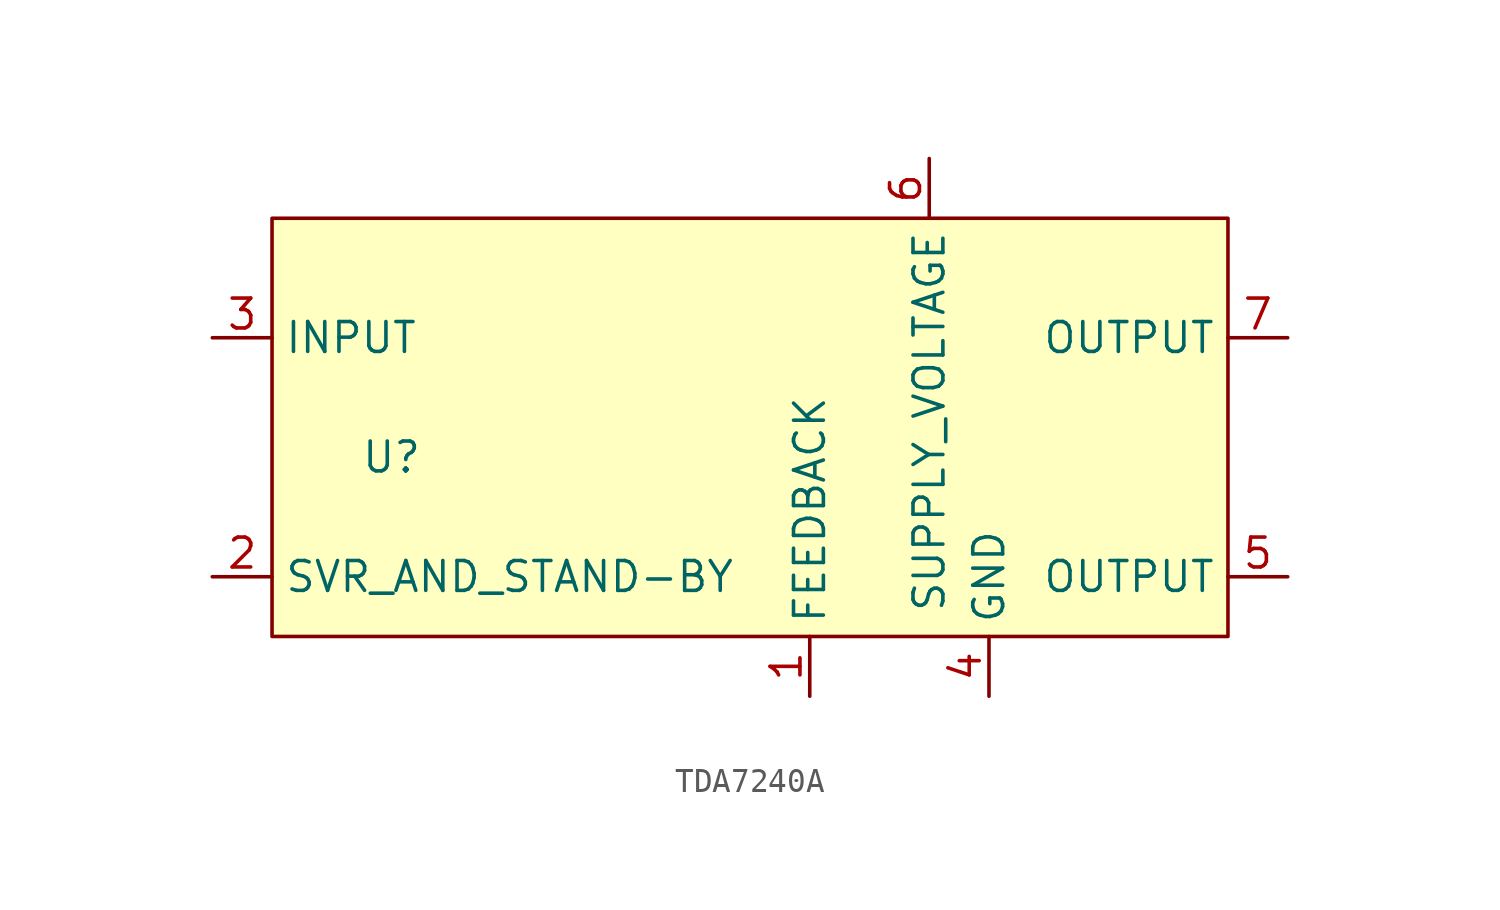
<source format=kicad_sym>
(kicad_symbol_lib
  (version 20241209)
  (generator "kicad_symbol_editor")
  (generator_version "9.0")
  (symbol "TDA7240A"
    (property "Reference" "U"
      (at -7.62 0 0)
      (effects (font (size 1.27 1.27))))
    (property "Value" ""
      (at 0 0 0)
      (effects (font (size 1.27 1.27))))
    (symbol "TDA7240A_0_0"
      (pin input line (at -15.24 5.08 0) (length 2.54) (name "INPUT" (effects (font (size 1.27 1.27)))) (number "3" (effects (font (size 1.27 1.27)))))
      (pin input line (at -15.24 -5.08 0) (length 2.54) (name "SVR_AND_STAND-BY" (effects (font (size 1.27 1.27)))) (number "2" (effects (font (size 1.27 1.27)))))
      (pin input line (at 10.16 -10.16 90) (length 2.54) (name "FEEDBACK" (effects (font (size 1.27 1.27)))) (number "1" (effects (font (size 1.27 1.27)))))
      (pin power_in line (at 15.24 12.7 270) (length 2.54) (name "SUPPLY_VOLTAGE" (effects (font (size 1.27 1.27)))) (number "6" (effects (font (size 1.27 1.27)))))
      (pin power_in line (at 17.78 -10.16 90) (length 2.54) (name "GND" (effects (font (size 1.27 1.27)))) (number "4" (effects (font (size 1.27 1.27)))))
      (pin output line (at 30.48 5.08 180) (length 2.54) (name "OUTPUT" (effects (font (size 1.27 1.27)))) (number "7" (effects (font (size 1.27 1.27)))))
      (pin output line (at 30.48 -5.08 180) (length 2.54) (name "OUTPUT" (effects (font (size 1.27 1.27)))) (number "5" (effects (font (size 1.27 1.27))))))
    (symbol "TDA7240A_1_1"
      (rectangle (start -12.7 10.16) (end 27.94 -7.62) (stroke (width 0) (type solid)) (fill (type background))))))
</source>
